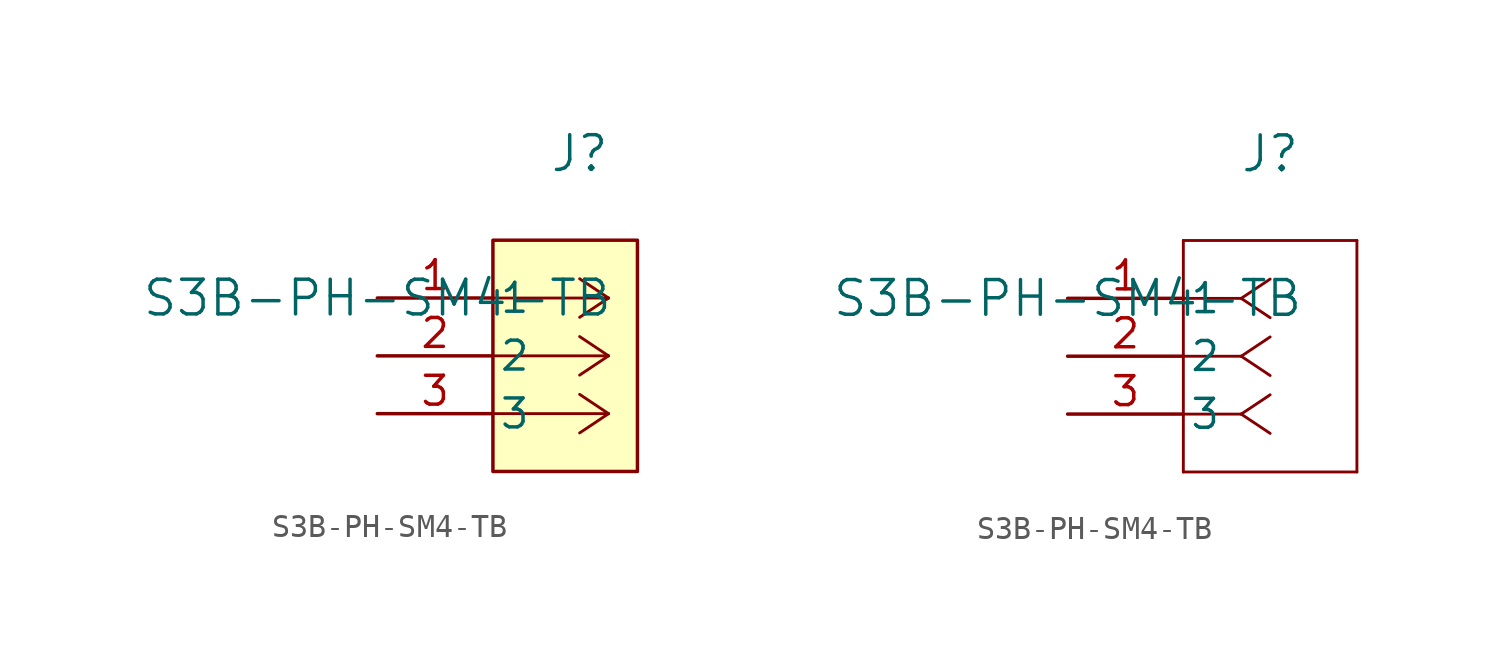
<source format=kicad_sym>
(kicad_symbol_lib
  (version 20241209)
  (generator "kicad_symbol_editor")
  (generator_version "9.0")
  (symbol "S3B-PH-SM4-TB"
    (pin_names
      (offset 0.254))
    (property "Reference" "J"
      (at 8.89 6.35 0)
      (effects (font (size 1.524 1.524))))
    (property "Value" "S3B-PH-SM4-TB"
      (at 0 0 0)
      (effects (font (size 1.524 1.524))))
    (symbol "S3B-PH-SM4-TB_1_1"
      (rectangle (start 5.08 2.54) (end 11.43 -7.62) (stroke (width 0) (type solid)) (fill (type background)))
      (polyline (pts (xy 10.16 0) (xy 5.08 0)) (stroke (width 0.127) (type default)) (fill (type none)))
      (polyline (pts (xy 10.16 0) (xy 8.89 0.847)) (stroke (width 0.127) (type default)) (fill (type none)))
      (polyline (pts (xy 10.16 0) (xy 8.89 -0.847)) (stroke (width 0.127) (type default)) (fill (type none)))
      (polyline (pts (xy 10.16 -2.54) (xy 5.08 -2.54)) (stroke (width 0.127) (type default)) (fill (type none)))
      (polyline (pts (xy 10.16 -2.54) (xy 8.89 -1.693)) (stroke (width 0.127) (type default)) (fill (type none)))
      (polyline (pts (xy 10.16 -2.54) (xy 8.89 -3.387)) (stroke (width 0.127) (type default)) (fill (type none)))
      (polyline (pts (xy 10.16 -5.08) (xy 5.08 -5.08)) (stroke (width 0.127) (type default)) (fill (type none)))
      (polyline (pts (xy 10.16 -5.08) (xy 8.89 -4.233)) (stroke (width 0.127) (type default)) (fill (type none)))
      (polyline (pts (xy 10.16 -5.08) (xy 8.89 -5.927)) (stroke (width 0.127) (type default)) (fill (type none)))
      (pin unspecified line (at 0 0 0) (length 5.08) (name "1" (effects (font (size 1.27 1.27)))) (number "1" (effects (font (size 1.27 1.27)))))
      (pin unspecified line (at 0 -2.54 0) (length 5.08) (name "2" (effects (font (size 1.27 1.27)))) (number "2" (effects (font (size 1.27 1.27)))))
      (pin unspecified line (at 0 -5.08 0) (length 5.08) (name "3" (effects (font (size 1.27 1.27)))) (number "3" (effects (font (size 1.27 1.27))))))
    (symbol "S3B-PH-SM4-TB_1_2"
      (polyline (pts (xy 5.08 2.54) (xy 5.08 -7.62)) (stroke (width 0.127) (type default)) (fill (type none)))
      (polyline (pts (xy 5.08 -7.62) (xy 12.7 -7.62)) (stroke (width 0.127) (type default)) (fill (type none)))
      (polyline (pts (xy 7.62 0) (xy 5.08 0)) (stroke (width 0.127) (type default)) (fill (type none)))
      (polyline (pts (xy 7.62 0) (xy 8.89 0.847)) (stroke (width 0.127) (type default)) (fill (type none)))
      (polyline (pts (xy 7.62 0) (xy 8.89 -0.847)) (stroke (width 0.127) (type default)) (fill (type none)))
      (polyline (pts (xy 7.62 -2.54) (xy 5.08 -2.54)) (stroke (width 0.127) (type default)) (fill (type none)))
      (polyline (pts (xy 7.62 -2.54) (xy 8.89 -1.693)) (stroke (width 0.127) (type default)) (fill (type none)))
      (polyline (pts (xy 7.62 -2.54) (xy 8.89 -3.387)) (stroke (width 0.127) (type default)) (fill (type none)))
      (polyline (pts (xy 7.62 -5.08) (xy 5.08 -5.08)) (stroke (width 0.127) (type default)) (fill (type none)))
      (polyline (pts (xy 7.62 -5.08) (xy 8.89 -4.233)) (stroke (width 0.127) (type default)) (fill (type none)))
      (polyline (pts (xy 7.62 -5.08) (xy 8.89 -5.927)) (stroke (width 0.127) (type default)) (fill (type none)))
      (polyline (pts (xy 12.7 2.54) (xy 5.08 2.54)) (stroke (width 0.127) (type default)) (fill (type none)))
      (polyline (pts (xy 12.7 -7.62) (xy 12.7 2.54)) (stroke (width 0.127) (type default)) (fill (type none)))
      (pin unspecified line (at 0 0 0) (length 5.08) (name "1" (effects (font (size 1.27 1.27)))) (number "1" (effects (font (size 1.27 1.27)))))
      (pin unspecified line (at 0 -2.54 0) (length 5.08) (name "2" (effects (font (size 1.27 1.27)))) (number "2" (effects (font (size 1.27 1.27)))))
      (pin unspecified line (at 0 -5.08 0) (length 5.08) (name "3" (effects (font (size 1.27 1.27)))) (number "3" (effects (font (size 1.27 1.27))))))))
</source>
